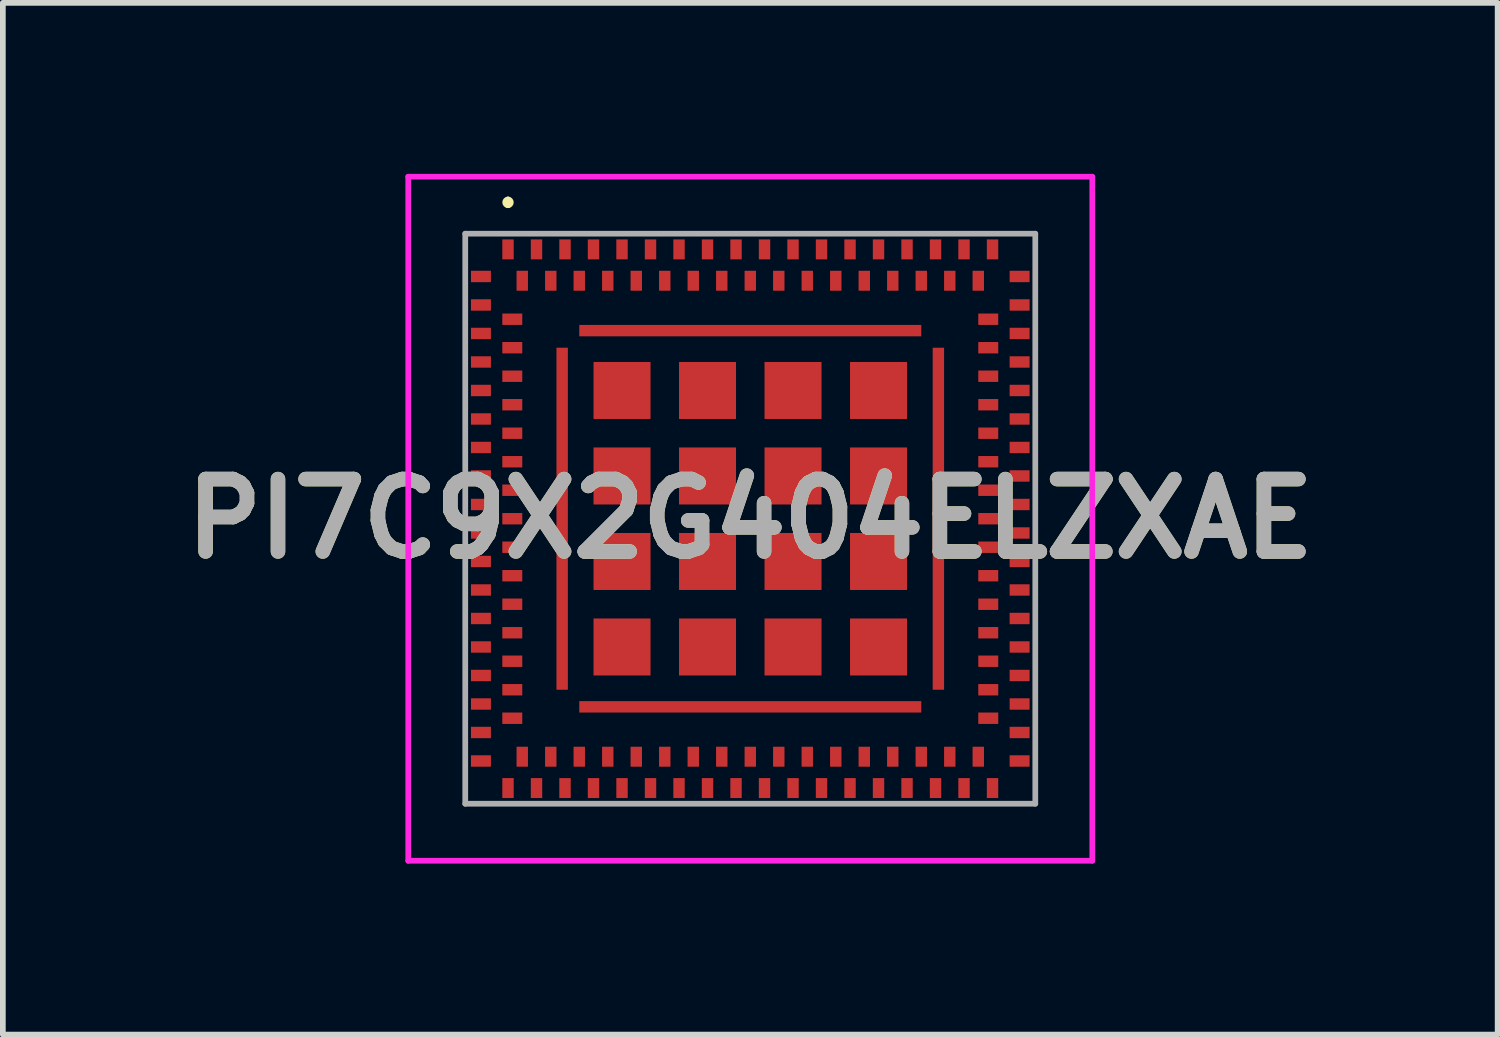
<source format=kicad_pcb>
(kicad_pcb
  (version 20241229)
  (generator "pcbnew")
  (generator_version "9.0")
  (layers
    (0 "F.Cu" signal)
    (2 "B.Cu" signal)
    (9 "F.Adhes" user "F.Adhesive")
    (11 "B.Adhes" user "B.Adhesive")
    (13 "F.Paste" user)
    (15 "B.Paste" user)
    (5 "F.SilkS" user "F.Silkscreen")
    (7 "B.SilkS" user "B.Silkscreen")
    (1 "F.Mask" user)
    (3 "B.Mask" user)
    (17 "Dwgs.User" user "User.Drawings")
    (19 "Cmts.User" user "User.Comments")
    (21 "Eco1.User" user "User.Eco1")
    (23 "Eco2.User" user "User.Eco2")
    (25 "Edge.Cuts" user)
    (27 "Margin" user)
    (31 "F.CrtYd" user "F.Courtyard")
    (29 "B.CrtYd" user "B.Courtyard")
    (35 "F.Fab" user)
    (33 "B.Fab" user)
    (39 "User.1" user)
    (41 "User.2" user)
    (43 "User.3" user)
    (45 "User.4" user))
  (footprint "PI7C9X2G404ELZXAE"
    (layer "F.Cu")
    (at 10.112 6.05)
    (property "Reference" "PI7C9X2G404ELZXAE" (at 0 0 0) (layer "F.SilkS") (effects (font (size 1.27 1.27) (thickness 0.254))))
    (attr smd)
    (fp_line (start -4.25 -5.6) (end -4.25 -5.6) (stroke (width 0.1) (type solid)) (layer "F.SilkS"))
    (fp_line (start -4.25 -5.5) (end -4.25 -5.5) (stroke (width 0.1) (type solid)) (layer "F.SilkS"))
    (fp_arc (start -4.25 -5.6) (mid -4.2 -5.55) (end -4.25 -5.5) (stroke (width 0.1) (type solid)) (layer "F.SilkS"))
    (fp_arc (start -4.25 -5.5) (mid -4.3 -5.55) (end -4.25 -5.6) (stroke (width 0.1) (type solid)) (layer "F.SilkS"))
    (fp_line (start -6 -6) (end -6 6) (stroke (width 0.1) (type solid)) (layer "F.CrtYd"))
    (fp_line (start -6 6) (end 6 6) (stroke (width 0.1) (type solid)) (layer "F.CrtYd"))
    (fp_line (start 6 -6) (end -6 -6) (stroke (width 0.1) (type solid)) (layer "F.CrtYd"))
    (fp_line (start 6 6) (end 6 -6) (stroke (width 0.1) (type solid)) (layer "F.CrtYd"))
    (fp_line (start -5 -5) (end -5 5) (stroke (width 0.1) (type solid)) (layer "F.Fab"))
    (fp_line (start -5 5) (end 5 5) (stroke (width 0.1) (type solid)) (layer "F.Fab"))
    (fp_line (start 5 -5) (end -5 -5) (stroke (width 0.1) (type solid)) (layer "F.Fab"))
    (fp_line (start 5 5) (end 5 -5) (stroke (width 0.1) (type solid)) (layer "F.Fab"))
    (fp_text user "${REFERENCE}" (at 0 0 0) (layer "F.Fab") (effects (font (size 1.27 1.27) (thickness 0.254))))
    (pad "A1" smd rect (at -4.25 -4.725) (size 0.2 0.35) (layers "F.Cu" "F.Mask" "F.Paste"))
    (pad "A3" smd rect (at -3.75 -4.725) (size 0.2 0.35) (layers "F.Cu" "F.Mask" "F.Paste"))
    (pad "A5" smd rect (at -3.25 -4.725) (size 0.2 0.35) (layers "F.Cu" "F.Mask" "F.Paste"))
    (pad "A7" smd rect (at -2.75 -4.725) (size 0.2 0.35) (layers "F.Cu" "F.Mask" "F.Paste"))
    (pad "A9" smd rect (at -2.25 -4.725) (size 0.2 0.35) (layers "F.Cu" "F.Mask" "F.Paste"))
    (pad "A11" smd rect (at -1.75 -4.725) (size 0.2 0.35) (layers "F.Cu" "F.Mask" "F.Paste"))
    (pad "A13" smd rect (at -1.25 -4.725) (size 0.2 0.35) (layers "F.Cu" "F.Mask" "F.Paste"))
    (pad "A15" smd rect (at -0.75 -4.725) (size 0.2 0.35) (layers "F.Cu" "F.Mask" "F.Paste"))
    (pad "A17" smd rect (at -0.25 -4.725) (size 0.2 0.35) (layers "F.Cu" "F.Mask" "F.Paste"))
    (pad "A19" smd rect (at 0.25 -4.725) (size 0.2 0.35) (layers "F.Cu" "F.Mask" "F.Paste"))
    (pad "A21" smd rect (at 0.75 -4.725) (size 0.2 0.35) (layers "F.Cu" "F.Mask" "F.Paste"))
    (pad "A23" smd rect (at 1.25 -4.725) (size 0.2 0.35) (layers "F.Cu" "F.Mask" "F.Paste"))
    (pad "A25" smd rect (at 1.75 -4.725) (size 0.2 0.35) (layers "F.Cu" "F.Mask" "F.Paste"))
    (pad "A27" smd rect (at 2.25 -4.725) (size 0.2 0.35) (layers "F.Cu" "F.Mask" "F.Paste"))
    (pad "A29" smd rect (at 2.75 -4.725) (size 0.2 0.35) (layers "F.Cu" "F.Mask" "F.Paste"))
    (pad "A31" smd rect (at 3.25 -4.725) (size 0.2 0.35) (layers "F.Cu" "F.Mask" "F.Paste"))
    (pad "A33" smd rect (at 3.75 -4.725) (size 0.2 0.35) (layers "F.Cu" "F.Mask" "F.Paste"))
    (pad "A35" smd rect (at 4.25 -4.725) (size 0.2 0.35) (layers "F.Cu" "F.Mask" "F.Paste"))
    (pad "AA1" smd rect (at -4.725 0.75 90) (size 0.2 0.35) (layers "F.Cu" "F.Mask" "F.Paste"))
    (pad "AA35" smd rect (at 4.725 0.75 90) (size 0.2 0.35) (layers "F.Cu" "F.Mask" "F.Paste"))
    (pad "AB2" smd rect (at -4.175 1 90) (size 0.2 0.35) (layers "F.Cu" "F.Mask" "F.Paste"))
    (pad "AB34" smd rect (at 4.175 1 90) (size 0.2 0.35) (layers "F.Cu" "F.Mask" "F.Paste"))
    (pad "AC1" smd rect (at -4.725 1.25 90) (size 0.2 0.35) (layers "F.Cu" "F.Mask" "F.Paste"))
    (pad "AC35" smd rect (at 4.725 1.25 90) (size 0.2 0.35) (layers "F.Cu" "F.Mask" "F.Paste"))
    (pad "AD2" smd rect (at -4.175 1.5 90) (size 0.2 0.35) (layers "F.Cu" "F.Mask" "F.Paste"))
    (pad "AD34" smd rect (at 4.175 1.5 90) (size 0.2 0.35) (layers "F.Cu" "F.Mask" "F.Paste"))
    (pad "AE1" smd rect (at -4.725 1.75 90) (size 0.2 0.35) (layers "F.Cu" "F.Mask" "F.Paste"))
    (pad "AE35" smd rect (at 4.725 1.75 90) (size 0.2 0.35) (layers "F.Cu" "F.Mask" "F.Paste"))
    (pad "AF2" smd rect (at -4.175 2 90) (size 0.2 0.35) (layers "F.Cu" "F.Mask" "F.Paste"))
    (pad "AF34" smd rect (at 4.175 2 90) (size 0.2 0.35) (layers "F.Cu" "F.Mask" "F.Paste"))
    (pad "AG1" smd rect (at -4.725 2.25 90) (size 0.2 0.35) (layers "F.Cu" "F.Mask" "F.Paste"))
    (pad "AG35" smd rect (at 4.725 2.25 90) (size 0.2 0.35) (layers "F.Cu" "F.Mask" "F.Paste"))
    (pad "AH2" smd rect (at -4.175 2.5 90) (size 0.2 0.35) (layers "F.Cu" "F.Mask" "F.Paste"))
    (pad "AH34" smd rect (at 4.175 2.5 90) (size 0.2 0.35) (layers "F.Cu" "F.Mask" "F.Paste"))
    (pad "AJ1" smd rect (at -4.725 2.75 90) (size 0.2 0.35) (layers "F.Cu" "F.Mask" "F.Paste"))
    (pad "AJ35" smd rect (at 4.725 2.75 90) (size 0.2 0.35) (layers "F.Cu" "F.Mask" "F.Paste"))
    (pad "AK2" smd rect (at -4.175 3 90) (size 0.2 0.35) (layers "F.Cu" "F.Mask" "F.Paste"))
    (pad "AK34" smd rect (at 4.175 3 90) (size 0.2 0.35) (layers "F.Cu" "F.Mask" "F.Paste"))
    (pad "AL1" smd rect (at -4.725 3.25 90) (size 0.2 0.35) (layers "F.Cu" "F.Mask" "F.Paste"))
    (pad "AL35" smd rect (at 4.725 3.25 90) (size 0.2 0.35) (layers "F.Cu" "F.Mask" "F.Paste"))
    (pad "AM2" smd rect (at -4.175 3.5 90) (size 0.2 0.35) (layers "F.Cu" "F.Mask" "F.Paste"))
    (pad "AM34" smd rect (at 4.175 3.5 90) (size 0.2 0.35) (layers "F.Cu" "F.Mask" "F.Paste"))
    (pad "AN1" smd rect (at -4.725 3.75 90) (size 0.2 0.35) (layers "F.Cu" "F.Mask" "F.Paste"))
    (pad "AN35" smd rect (at 4.725 3.75 90) (size 0.2 0.35) (layers "F.Cu" "F.Mask" "F.Paste"))
    (pad "AP1" smd rect (at -4.725 4.25 90) (size 0.2 0.35) (layers "F.Cu" "F.Mask" "F.Paste"))
    (pad "AP2" smd rect (at -4 4.175) (size 0.2 0.35) (layers "F.Cu" "F.Mask" "F.Paste"))
    (pad "AP4" smd rect (at -3.5 4.175) (size 0.2 0.35) (layers "F.Cu" "F.Mask" "F.Paste"))
    (pad "AP6" smd rect (at -3 4.175) (size 0.2 0.35) (layers "F.Cu" "F.Mask" "F.Paste"))
    (pad "AP8" smd rect (at -2.5 4.175) (size 0.2 0.35) (layers "F.Cu" "F.Mask" "F.Paste"))
    (pad "AP10" smd rect (at -2 4.175) (size 0.2 0.35) (layers "F.Cu" "F.Mask" "F.Paste"))
    (pad "AP12" smd rect (at -1.5 4.175) (size 0.2 0.35) (layers "F.Cu" "F.Mask" "F.Paste"))
    (pad "AP14" smd rect (at -1 4.175) (size 0.2 0.35) (layers "F.Cu" "F.Mask" "F.Paste"))
    (pad "AP16" smd rect (at -0.5 4.175) (size 0.2 0.35) (layers "F.Cu" "F.Mask" "F.Paste"))
    (pad "AP18" smd rect (at 0 4.175) (size 0.2 0.35) (layers "F.Cu" "F.Mask" "F.Paste"))
    (pad "AP20" smd rect (at 0.5 4.175) (size 0.2 0.35) (layers "F.Cu" "F.Mask" "F.Paste"))
    (pad "AP22" smd rect (at 1 4.175) (size 0.2 0.35) (layers "F.Cu" "F.Mask" "F.Paste"))
    (pad "AP24" smd rect (at 1.5 4.175) (size 0.2 0.35) (layers "F.Cu" "F.Mask" "F.Paste"))
    (pad "AP26" smd rect (at 2 4.175) (size 0.2 0.35) (layers "F.Cu" "F.Mask" "F.Paste"))
    (pad "AP28" smd rect (at 2.5 4.175) (size 0.2 0.35) (layers "F.Cu" "F.Mask" "F.Paste"))
    (pad "AP30" smd rect (at 3 4.175) (size 0.2 0.35) (layers "F.Cu" "F.Mask" "F.Paste"))
    (pad "AP32" smd rect (at 3.5 4.175) (size 0.2 0.35) (layers "F.Cu" "F.Mask" "F.Paste"))
    (pad "AP34" smd rect (at 4 4.175) (size 0.2 0.35) (layers "F.Cu" "F.Mask" "F.Paste"))
    (pad "AP35" smd rect (at 4.725 4.25 90) (size 0.2 0.35) (layers "F.Cu" "F.Mask" "F.Paste"))
    (pad "AR1" smd rect (at -4.25 4.725) (size 0.2 0.35) (layers "F.Cu" "F.Mask" "F.Paste"))
    (pad "AR3" smd rect (at -3.75 4.725) (size 0.2 0.35) (layers "F.Cu" "F.Mask" "F.Paste"))
    (pad "AR5" smd rect (at -3.25 4.725) (size 0.2 0.35) (layers "F.Cu" "F.Mask" "F.Paste"))
    (pad "AR7" smd rect (at -2.75 4.725) (size 0.2 0.35) (layers "F.Cu" "F.Mask" "F.Paste"))
    (pad "AR9" smd rect (at -2.25 4.725) (size 0.2 0.35) (layers "F.Cu" "F.Mask" "F.Paste"))
    (pad "AR11" smd rect (at -1.75 4.725) (size 0.2 0.35) (layers "F.Cu" "F.Mask" "F.Paste"))
    (pad "AR13" smd rect (at -1.25 4.725) (size 0.2 0.35) (layers "F.Cu" "F.Mask" "F.Paste"))
    (pad "AR15" smd rect (at -0.75 4.725) (size 0.2 0.35) (layers "F.Cu" "F.Mask" "F.Paste"))
    (pad "AR17" smd rect (at -0.25 4.725) (size 0.2 0.35) (layers "F.Cu" "F.Mask" "F.Paste"))
    (pad "AR19" smd rect (at 0.25 4.725) (size 0.2 0.35) (layers "F.Cu" "F.Mask" "F.Paste"))
    (pad "AR21" smd rect (at 0.75 4.725) (size 0.2 0.35) (layers "F.Cu" "F.Mask" "F.Paste"))
    (pad "AR23" smd rect (at 1.25 4.725) (size 0.2 0.35) (layers "F.Cu" "F.Mask" "F.Paste"))
    (pad "AR25" smd rect (at 1.75 4.725) (size 0.2 0.35) (layers "F.Cu" "F.Mask" "F.Paste"))
    (pad "AR27" smd rect (at 2.25 4.725) (size 0.2 0.35) (layers "F.Cu" "F.Mask" "F.Paste"))
    (pad "AR29" smd rect (at 2.75 4.725) (size 0.2 0.35) (layers "F.Cu" "F.Mask" "F.Paste"))
    (pad "AR31" smd rect (at 3.25 4.725) (size 0.2 0.35) (layers "F.Cu" "F.Mask" "F.Paste"))
    (pad "AR33" smd rect (at 3.75 4.725) (size 0.2 0.35) (layers "F.Cu" "F.Mask" "F.Paste"))
    (pad "AR35" smd rect (at 4.25 4.725) (size 0.2 0.35) (layers "F.Cu" "F.Mask" "F.Paste"))
    (pad "B1" smd rect (at -4.725 -4.25 90) (size 0.2 0.35) (layers "F.Cu" "F.Mask" "F.Paste"))
    (pad "B2" smd rect (at -4 -4.175) (size 0.2 0.35) (layers "F.Cu" "F.Mask" "F.Paste"))
    (pad "B4" smd rect (at -3.5 -4.175) (size 0.2 0.35) (layers "F.Cu" "F.Mask" "F.Paste"))
    (pad "B6" smd rect (at -3 -4.175) (size 0.2 0.35) (layers "F.Cu" "F.Mask" "F.Paste"))
    (pad "B8" smd rect (at -2.5 -4.175) (size 0.2 0.35) (layers "F.Cu" "F.Mask" "F.Paste"))
    (pad "B10" smd rect (at -2 -4.175) (size 0.2 0.35) (layers "F.Cu" "F.Mask" "F.Paste"))
    (pad "B12" smd rect (at -1.5 -4.175) (size 0.2 0.35) (layers "F.Cu" "F.Mask" "F.Paste"))
    (pad "B14" smd rect (at -1 -4.175) (size 0.2 0.35) (layers "F.Cu" "F.Mask" "F.Paste"))
    (pad "B16" smd rect (at -0.5 -4.175) (size 0.2 0.35) (layers "F.Cu" "F.Mask" "F.Paste"))
    (pad "B18" smd rect (at 0 -4.175) (size 0.2 0.35) (layers "F.Cu" "F.Mask" "F.Paste"))
    (pad "B20" smd rect (at 0.5 -4.175) (size 0.2 0.35) (layers "F.Cu" "F.Mask" "F.Paste"))
    (pad "B22" smd rect (at 1 -4.175) (size 0.2 0.35) (layers "F.Cu" "F.Mask" "F.Paste"))
    (pad "B24" smd rect (at 1.5 -4.175) (size 0.2 0.35) (layers "F.Cu" "F.Mask" "F.Paste"))
    (pad "B26" smd rect (at 2 -4.175) (size 0.2 0.35) (layers "F.Cu" "F.Mask" "F.Paste"))
    (pad "B28" smd rect (at 2.5 -4.175) (size 0.2 0.35) (layers "F.Cu" "F.Mask" "F.Paste"))
    (pad "B30" smd rect (at 3 -4.175) (size 0.2 0.35) (layers "F.Cu" "F.Mask" "F.Paste"))
    (pad "B32" smd rect (at 3.5 -4.175) (size 0.2 0.35) (layers "F.Cu" "F.Mask" "F.Paste"))
    (pad "B34" smd rect (at 4 -4.175) (size 0.2 0.35) (layers "F.Cu" "F.Mask" "F.Paste"))
    (pad "B35" smd rect (at 4.725 -4.25 90) (size 0.2 0.35) (layers "F.Cu" "F.Mask" "F.Paste"))
    (pad "BB1" smd rect (at 0 3.3 90) (size 0.2 6) (layers "F.Cu" "F.Mask" "F.Paste"))
    (pad "C1" smd rect (at -4.725 -3.75 90) (size 0.2 0.35) (layers "F.Cu" "F.Mask" "F.Paste"))
    (pad "C35" smd rect (at 4.725 -3.75 90) (size 0.2 0.35) (layers "F.Cu" "F.Mask" "F.Paste"))
    (pad "D2" smd rect (at -4.175 -3.5 90) (size 0.2 0.35) (layers "F.Cu" "F.Mask" "F.Paste"))
    (pad "D34" smd rect (at 4.175 -3.5 90) (size 0.2 0.35) (layers "F.Cu" "F.Mask" "F.Paste"))
    (pad "E1" smd rect (at -4.725 -3.25 90) (size 0.2 0.35) (layers "F.Cu" "F.Mask" "F.Paste"))
    (pad "E35" smd rect (at 4.725 -3.25 90) (size 0.2 0.35) (layers "F.Cu" "F.Mask" "F.Paste"))
    (pad "F2" smd rect (at -4.175 -3 90) (size 0.2 0.35) (layers "F.Cu" "F.Mask" "F.Paste"))
    (pad "F34" smd rect (at 4.175 -3 90) (size 0.2 0.35) (layers "F.Cu" "F.Mask" "F.Paste"))
    (pad "G1" smd rect (at -4.725 -2.75 90) (size 0.2 0.35) (layers "F.Cu" "F.Mask" "F.Paste"))
    (pad "G2" smd rect (at -0.75 -2.25 90) (size 1 1) (layers "F.Cu" "F.Mask" "F.Paste"))
    (pad "G3" smd rect (at 0.75 -2.25 90) (size 1 1) (layers "F.Cu" "F.Mask" "F.Paste"))
    (pad "G4" smd rect (at 2.25 -2.25 90) (size 1 1) (layers "F.Cu" "F.Mask" "F.Paste"))
    (pad "G5" smd rect (at -2.25 -0.75 90) (size 1 1) (layers "F.Cu" "F.Mask" "F.Paste"))
    (pad "G6" smd rect (at -0.75 -0.75 90) (size 1 1) (layers "F.Cu" "F.Mask" "F.Paste"))
    (pad "G7" smd rect (at 0.75 -0.75 90) (size 1 1) (layers "F.Cu" "F.Mask" "F.Paste"))
    (pad "G8" smd rect (at 2.25 -0.75 90) (size 1 1) (layers "F.Cu" "F.Mask" "F.Paste"))
    (pad "G9" smd rect (at -2.25 0.75 90) (size 1 1) (layers "F.Cu" "F.Mask" "F.Paste"))
    (pad "G10" smd rect (at -0.75 0.75 90) (size 1 1) (layers "F.Cu" "F.Mask" "F.Paste"))
    (pad "G11" smd rect (at 0.75 0.75 90) (size 1 1) (layers "F.Cu" "F.Mask" "F.Paste"))
    (pad "G12" smd rect (at 2.25 0.75 90) (size 1 1) (layers "F.Cu" "F.Mask" "F.Paste"))
    (pad "G13" smd rect (at -2.25 2.25 90) (size 1 1) (layers "F.Cu" "F.Mask" "F.Paste"))
    (pad "G14" smd rect (at -0.75 2.25 90) (size 1 1) (layers "F.Cu" "F.Mask" "F.Paste"))
    (pad "G15" smd rect (at 0.75 2.25 90) (size 1 1) (layers "F.Cu" "F.Mask" "F.Paste"))
    (pad "G16" smd rect (at 2.25 2.25 90) (size 1 1) (layers "F.Cu" "F.Mask" "F.Paste"))
    (pad "G35" smd rect (at 4.725 -2.75 90) (size 0.2 0.35) (layers "F.Cu" "F.Mask" "F.Paste"))
    (pad "GG1" smd rect (at -2.25 -2.25 90) (size 1 1) (layers "F.Cu" "F.Mask" "F.Paste"))
    (pad "H2" smd rect (at -4.175 -2.5 90) (size 0.2 0.35) (layers "F.Cu" "F.Mask" "F.Paste"))
    (pad "H34" smd rect (at 4.175 -2.5 90) (size 0.2 0.35) (layers "F.Cu" "F.Mask" "F.Paste"))
    (pad "J1" smd rect (at -4.725 -2.25 90) (size 0.2 0.35) (layers "F.Cu" "F.Mask" "F.Paste"))
    (pad "J35" smd rect (at 4.725 -2.25 90) (size 0.2 0.35) (layers "F.Cu" "F.Mask" "F.Paste"))
    (pad "K2" smd rect (at -4.175 -2 90) (size 0.2 0.35) (layers "F.Cu" "F.Mask" "F.Paste"))
    (pad "K34" smd rect (at 4.175 -2 90) (size 0.2 0.35) (layers "F.Cu" "F.Mask" "F.Paste"))
    (pad "L1" smd rect (at -4.725 -1.75 90) (size 0.2 0.35) (layers "F.Cu" "F.Mask" "F.Paste"))
    (pad "L35" smd rect (at 4.725 -1.75 90) (size 0.2 0.35) (layers "F.Cu" "F.Mask" "F.Paste"))
    (pad "LL1" smd rect (at -3.3 0) (size 0.2 6) (layers "F.Cu" "F.Mask" "F.Paste"))
    (pad "M2" smd rect (at -4.175 -1.5 90) (size 0.2 0.35) (layers "F.Cu" "F.Mask" "F.Paste"))
    (pad "M34" smd rect (at 4.175 -1.5 90) (size 0.2 0.35) (layers "F.Cu" "F.Mask" "F.Paste"))
    (pad "N1" smd rect (at -4.725 -1.25 90) (size 0.2 0.35) (layers "F.Cu" "F.Mask" "F.Paste"))
    (pad "N35" smd rect (at 4.725 -1.25 90) (size 0.2 0.35) (layers "F.Cu" "F.Mask" "F.Paste"))
    (pad "P2" smd rect (at -4.175 -1 90) (size 0.2 0.35) (layers "F.Cu" "F.Mask" "F.Paste"))
    (pad "P34" smd rect (at 4.175 -1 90) (size 0.2 0.35) (layers "F.Cu" "F.Mask" "F.Paste"))
    (pad "R1" smd rect (at -4.725 -0.75 90) (size 0.2 0.35) (layers "F.Cu" "F.Mask" "F.Paste"))
    (pad "R35" smd rect (at 4.725 -0.75 90) (size 0.2 0.35) (layers "F.Cu" "F.Mask" "F.Paste"))
    (pad "RR1" smd rect (at 3.3 0) (size 0.2 6) (layers "F.Cu" "F.Mask" "F.Paste"))
    (pad "T2" smd rect (at -4.175 -0.5 90) (size 0.2 0.35) (layers "F.Cu" "F.Mask" "F.Paste"))
    (pad "T34" smd rect (at 4.175 -0.5 90) (size 0.2 0.35) (layers "F.Cu" "F.Mask" "F.Paste"))
    (pad "TT1" smd rect (at 0 -3.3 90) (size 0.2 6) (layers "F.Cu" "F.Mask" "F.Paste"))
    (pad "U1" smd rect (at -4.725 -0.25 90) (size 0.2 0.35) (layers "F.Cu" "F.Mask" "F.Paste"))
    (pad "U35" smd rect (at 4.725 -0.25 90) (size 0.2 0.35) (layers "F.Cu" "F.Mask" "F.Paste"))
    (pad "V2" smd rect (at -4.175 0 90) (size 0.2 0.35) (layers "F.Cu" "F.Mask" "F.Paste"))
    (pad "V34" smd rect (at 4.175 0 90) (size 0.2 0.35) (layers "F.Cu" "F.Mask" "F.Paste"))
    (pad "W1" smd rect (at -4.725 0.25 90) (size 0.2 0.35) (layers "F.Cu" "F.Mask" "F.Paste"))
    (pad "W35" smd rect (at 4.725 0.25 90) (size 0.2 0.35) (layers "F.Cu" "F.Mask" "F.Paste"))
    (pad "Y2" smd rect (at -4.175 0.5 90) (size 0.2 0.35) (layers "F.Cu" "F.Mask" "F.Paste"))
    (pad "Y34" smd rect (at 4.175 0.5 90) (size 0.2 0.35) (layers "F.Cu" "F.Mask" "F.Paste")))
  (gr_rect
    (start -3 -3)
    (end 23.223 15.1)
    (stroke (width 0.1) (type default))
    (fill no)
    (layer "Edge.Cuts")))
</source>
